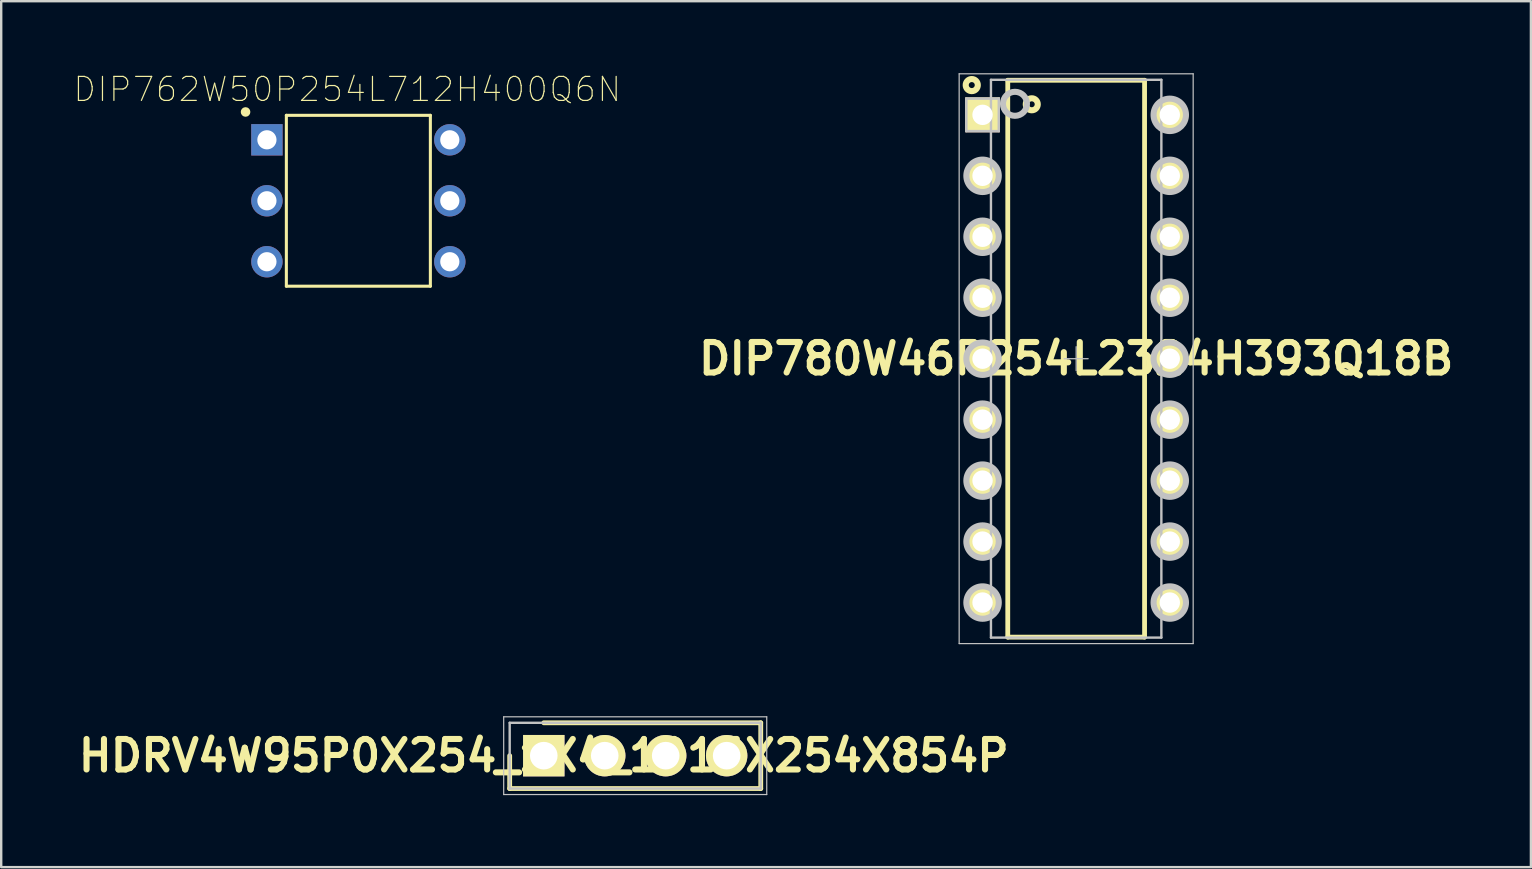
<source format=kicad_pcb>
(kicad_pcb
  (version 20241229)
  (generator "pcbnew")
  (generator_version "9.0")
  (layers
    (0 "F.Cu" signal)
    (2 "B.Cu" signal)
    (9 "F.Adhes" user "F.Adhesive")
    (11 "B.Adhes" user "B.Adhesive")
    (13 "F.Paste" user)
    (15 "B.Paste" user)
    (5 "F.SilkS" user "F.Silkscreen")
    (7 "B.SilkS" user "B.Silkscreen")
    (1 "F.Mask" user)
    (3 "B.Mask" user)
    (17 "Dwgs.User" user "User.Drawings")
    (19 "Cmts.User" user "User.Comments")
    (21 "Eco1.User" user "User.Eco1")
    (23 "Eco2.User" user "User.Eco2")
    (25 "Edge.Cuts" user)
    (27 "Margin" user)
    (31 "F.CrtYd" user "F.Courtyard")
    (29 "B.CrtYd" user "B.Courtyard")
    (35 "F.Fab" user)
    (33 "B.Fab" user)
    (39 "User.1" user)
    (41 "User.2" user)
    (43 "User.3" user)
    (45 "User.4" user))
  (footprint "HDRV4W95P0X254_1X4_1016X254X854P"
    (layer "F.Cu")
    (at 19.606 28.435)
    (property "Reference" "HDRV4W95P0X254_1X4_1016X254X854P" (at 0 0 0) (layer "F.SilkS") (effects (font (size 1.27 1.27) (thickness 0.254))))
    (attr through_hole)
    (fp_line (start -1.42 0) (end -1.42 1.37) (stroke (width 0.2) (type solid)) (layer "F.SilkS"))
    (fp_line (start -1.42 1.37) (end 9.04 1.37) (stroke (width 0.2) (type solid)) (layer "F.SilkS"))
    (fp_line (start 9.04 -1.37) (end 0 -1.37) (stroke (width 0.2) (type solid)) (layer "F.SilkS"))
    (fp_line (start 9.04 1.37) (end 9.04 -1.37) (stroke (width 0.2) (type solid)) (layer "F.SilkS"))
    (fp_line (start -1.67 -1.62) (end 9.29 -1.62) (stroke (width 0.05) (type solid)) (layer "Dwgs.User"))
    (fp_line (start -1.67 1.62) (end -1.67 -1.62) (stroke (width 0.05) (type solid)) (layer "Dwgs.User"))
    (fp_line (start -1.42 -1.37) (end 9.04 -1.37) (stroke (width 0.1) (type solid)) (layer "Dwgs.User"))
    (fp_line (start -1.42 1.37) (end -1.42 -1.37) (stroke (width 0.1) (type solid)) (layer "Dwgs.User"))
    (fp_line (start 9.04 -1.37) (end 9.04 1.37) (stroke (width 0.1) (type solid)) (layer "Dwgs.User"))
    (fp_line (start 9.04 1.37) (end -1.42 1.37) (stroke (width 0.1) (type solid)) (layer "Dwgs.User"))
    (fp_line (start 9.29 -1.62) (end 9.29 1.62) (stroke (width 0.05) (type solid)) (layer "Dwgs.User"))
    (fp_line (start 9.29 1.62) (end -1.67 1.62) (stroke (width 0.05) (type solid)) (layer "Dwgs.User"))
    (pad "1" thru_hole rect (at 0 0 90) (size 1.725 1.725) (drill 1.15) (layers "*.Cu" "*.Mask" "F.SilkS"))
    (pad "2" thru_hole circle (at 2.54 0 90) (size 1.725 1.725) (drill 1.15) (layers "*.Cu" "*.Mask" "F.SilkS"))
    (pad "3" thru_hole circle (at 5.08 0 90) (size 1.725 1.725) (drill 1.15) (layers "*.Cu" "*.Mask" "F.SilkS"))
    (pad "4" thru_hole circle (at 7.62 0 90) (size 1.725 1.725) (drill 1.15) (layers "*.Cu" "*.Mask" "F.SilkS")))
  (footprint "DIP762W50P254L712H400Q6N"
    (layer "F.Cu")
    (at 11.881 5.315)
    (property "Reference" "DIP762W50P254L712H400Q6N" (at -0.461 -4.642 0) (layer "F.SilkS") (effects (font (size 1.001 1.001) (thickness 0.05))))
    (attr through_hole)
    (fp_line (start -3 -3.56) (end 3 -3.56) (stroke (width 0.127) (type solid)) (layer "F.SilkS"))
    (fp_line (start -3 3.56) (end -3 -3.56) (stroke (width 0.127) (type solid)) (layer "F.SilkS"))
    (fp_line (start 3 -3.56) (end 3 3.56) (stroke (width 0.127) (type solid)) (layer "F.SilkS"))
    (fp_line (start 3 3.56) (end -3 3.56) (stroke (width 0.127) (type solid)) (layer "F.SilkS"))
    (fp_circle (center -4.7 -3.7) (end -4.6 -3.7) (stroke (width 0.2) (type solid)) (fill no) (layer "F.SilkS"))
    (fp_line (start -5 -4) (end 5 -4) (stroke (width 0.05) (type solid)) (layer "Eco1.User"))
    (fp_line (start -5 4) (end -5 -4) (stroke (width 0.05) (type solid)) (layer "Eco1.User"))
    (fp_line (start 5 -4) (end 5 4) (stroke (width 0.05) (type solid)) (layer "Eco1.User"))
    (fp_line (start 5 4) (end -5 4) (stroke (width 0.05) (type solid)) (layer "Eco1.User"))
    (fp_line (start -3 -3.56) (end 3 -3.56) (stroke (width 0.127) (type solid)) (layer "Eco2.User"))
    (fp_line (start -3 3.56) (end -3 -3.56) (stroke (width 0.127) (type solid)) (layer "Eco2.User"))
    (fp_line (start 3 -3.56) (end 3 3.56) (stroke (width 0.127) (type solid)) (layer "Eco2.User"))
    (fp_line (start 3 3.56) (end -3 3.56) (stroke (width 0.127) (type solid)) (layer "Eco2.User"))
    (fp_circle (center -2.1 -2.5) (end -1.65 -2.5) (stroke (width 0.127) (type solid)) (fill no) (layer "Eco2.User"))
    (pad "1" thru_hole rect (at -3.81 -2.54) (size 1.308 1.308) (drill 0.8) (layers "*.Cu" "*.Mask"))
    (pad "2" thru_hole circle (at -3.81 0) (size 1.308 1.308) (drill 0.8) (layers "*.Cu" "*.Mask"))
    (pad "3" thru_hole circle (at -3.81 2.54) (size 1.308 1.308) (drill 0.8) (layers "*.Cu" "*.Mask"))
    (pad "4" thru_hole circle (at 3.81 2.54) (size 1.308 1.308) (drill 0.8) (layers "*.Cu" "*.Mask"))
    (pad "5" thru_hole circle (at 3.81 0) (size 1.308 1.308) (drill 0.8) (layers "*.Cu" "*.Mask"))
    (pad "6" thru_hole circle (at 3.81 -2.54) (size 1.308 1.308) (drill 0.8) (layers "*.Cu" "*.Mask")))
  (footprint "DIP780W46P254L2324H393Q18B"
    (layer "F.Cu")
    (at 41.788 11.895)
    (property "Reference" "DIP780W46P254L2324H393Q18B" (at 0 0 0) (layer "F.SilkS") (effects (font (size 1.27 1.27) (thickness 0.254))))
    (attr through_hole)
    (fp_line (start -2.85 -11.6) (end -2.85 11.6) (stroke (width 0.2) (type solid)) (layer "F.SilkS"))
    (fp_line (start -2.85 11.6) (end 2.85 11.6) (stroke (width 0.2) (type solid)) (layer "F.SilkS"))
    (fp_line (start 2.85 -11.6) (end -2.85 -11.6) (stroke (width 0.2) (type solid)) (layer "F.SilkS"))
    (fp_line (start 2.85 11.6) (end 2.85 -11.6) (stroke (width 0.2) (type solid)) (layer "F.SilkS"))
    (fp_circle (center -4.35 -11.4) (end -4.475 -11.4) (stroke (width 0.254) (type solid)) (fill no) (layer "F.SilkS"))
    (fp_circle (center -1.85 -10.6) (end -2.1 -10.6) (stroke (width 0.254) (type solid)) (fill no) (layer "F.SilkS"))
    (fp_line (start -4.875 -11.87) (end -4.875 11.87) (stroke (width 0.05) (type solid)) (layer "Dwgs.User"))
    (fp_line (start -4.875 11.87) (end 4.875 11.87) (stroke (width 0.05) (type solid)) (layer "Dwgs.User"))
    (fp_line (start -4.575 -10.835) (end -3.225 -10.835) (stroke (width 0.1) (type solid)) (layer "Dwgs.User"))
    (fp_line (start -4.575 -9.485) (end -4.575 -10.835) (stroke (width 0.1) (type solid)) (layer "Dwgs.User"))
    (fp_line (start -3.55 -11.62) (end -3.55 11.62) (stroke (width 0.001) (type solid)) (layer "Dwgs.User"))
    (fp_line (start -3.55 -11.62) (end -3.55 11.62) (stroke (width 0.1) (type solid)) (layer "Dwgs.User"))
    (fp_line (start -3.55 11.62) (end 3.55 11.62) (stroke (width 0.001) (type solid)) (layer "Dwgs.User"))
    (fp_line (start -3.55 11.62) (end 3.55 11.62) (stroke (width 0.1) (type solid)) (layer "Dwgs.User"))
    (fp_line (start -3.225 -10.835) (end -3.225 -9.485) (stroke (width 0.1) (type solid)) (layer "Dwgs.User"))
    (fp_line (start -3.225 -9.485) (end -4.575 -9.485) (stroke (width 0.1) (type solid)) (layer "Dwgs.User"))
    (fp_line (start -0.5 0) (end 0.5 0) (stroke (width 0.05) (type solid)) (layer "Dwgs.User"))
    (fp_line (start 0 0.5) (end 0 -0.5) (stroke (width 0.05) (type solid)) (layer "Dwgs.User"))
    (fp_line (start 3.55 -11.62) (end -3.55 -11.62) (stroke (width 0.001) (type solid)) (layer "Dwgs.User"))
    (fp_line (start 3.55 -11.62) (end -3.55 -11.62) (stroke (width 0.1) (type solid)) (layer "Dwgs.User"))
    (fp_line (start 3.55 11.62) (end 3.55 -11.62) (stroke (width 0.001) (type solid)) (layer "Dwgs.User"))
    (fp_line (start 3.55 11.62) (end 3.55 -11.62) (stroke (width 0.1) (type solid)) (layer "Dwgs.User"))
    (fp_line (start 4.875 -11.87) (end -4.875 -11.87) (stroke (width 0.05) (type solid)) (layer "Dwgs.User"))
    (fp_line (start 4.875 11.87) (end 4.875 -11.87) (stroke (width 0.05) (type solid)) (layer "Dwgs.User"))
    (fp_circle (center -3.9 -7.62) (end -4.575 -7.62) (stroke (width 0.254) (type solid)) (fill no) (layer "Dwgs.User"))
    (fp_circle (center -3.9 -5.08) (end -4.575 -5.08) (stroke (width 0.254) (type solid)) (fill no) (layer "Dwgs.User"))
    (fp_circle (center -3.9 -2.54) (end -4.575 -2.54) (stroke (width 0.254) (type solid)) (fill no) (layer "Dwgs.User"))
    (fp_circle (center -3.9 0) (end -4.575 0) (stroke (width 0.254) (type solid)) (fill no) (layer "Dwgs.User"))
    (fp_circle (center -3.9 2.54) (end -4.575 2.54) (stroke (width 0.254) (type solid)) (fill no) (layer "Dwgs.User"))
    (fp_circle (center -3.9 5.08) (end -4.575 5.08) (stroke (width 0.254) (type solid)) (fill no) (layer "Dwgs.User"))
    (fp_circle (center -3.9 7.62) (end -4.575 7.62) (stroke (width 0.254) (type solid)) (fill no) (layer "Dwgs.User"))
    (fp_circle (center -3.9 10.16) (end -4.575 10.16) (stroke (width 0.254) (type solid)) (fill no) (layer "Dwgs.User"))
    (fp_circle (center -2.55 -10.62) (end -3.05 -10.62) (stroke (width 0.254) (type solid)) (fill no) (layer "Dwgs.User"))
    (fp_circle (center 3.9 -10.16) (end 3.225 -10.16) (stroke (width 0.254) (type solid)) (fill no) (layer "Dwgs.User"))
    (fp_circle (center 3.9 -7.62) (end 3.225 -7.62) (stroke (width 0.254) (type solid)) (fill no) (layer "Dwgs.User"))
    (fp_circle (center 3.9 -5.08) (end 3.225 -5.08) (stroke (width 0.254) (type solid)) (fill no) (layer "Dwgs.User"))
    (fp_circle (center 3.9 -2.54) (end 3.225 -2.54) (stroke (width 0.254) (type solid)) (fill no) (layer "Dwgs.User"))
    (fp_circle (center 3.9 0) (end 3.225 0) (stroke (width 0.254) (type solid)) (fill no) (layer "Dwgs.User"))
    (fp_circle (center 3.9 2.54) (end 3.225 2.54) (stroke (width 0.254) (type solid)) (fill no) (layer "Dwgs.User"))
    (fp_circle (center 3.9 5.08) (end 3.225 5.08) (stroke (width 0.254) (type solid)) (fill no) (layer "Dwgs.User"))
    (fp_circle (center 3.9 7.62) (end 3.225 7.62) (stroke (width 0.254) (type solid)) (fill no) (layer "Dwgs.User"))
    (fp_circle (center 3.9 10.16) (end 3.225 10.16) (stroke (width 0.254) (type solid)) (fill no) (layer "Dwgs.User"))
    (pad "1" thru_hole rect (at -3.9 -10.16 90) (size 1.45 1.45) (drill 0.85) (layers "*.Cu" "*.Mask" "F.SilkS"))
    (pad "2" thru_hole circle (at -3.9 -7.62 90) (size 1.45 1.45) (drill 0.85) (layers "*.Cu" "*.Mask" "F.SilkS"))
    (pad "3" thru_hole circle (at -3.9 -5.08 90) (size 1.45 1.45) (drill 0.85) (layers "*.Cu" "*.Mask" "F.SilkS"))
    (pad "4" thru_hole circle (at -3.9 -2.54 90) (size 1.45 1.45) (drill 0.85) (layers "*.Cu" "*.Mask" "F.SilkS"))
    (pad "5" thru_hole circle (at -3.9 0 90) (size 1.45 1.45) (drill 0.85) (layers "*.Cu" "*.Mask" "F.SilkS"))
    (pad "6" thru_hole circle (at -3.9 2.54 90) (size 1.45 1.45) (drill 0.85) (layers "*.Cu" "*.Mask" "F.SilkS"))
    (pad "7" thru_hole circle (at -3.9 5.08 90) (size 1.45 1.45) (drill 0.85) (layers "*.Cu" "*.Mask" "F.SilkS"))
    (pad "8" thru_hole circle (at -3.9 7.62 90) (size 1.45 1.45) (drill 0.85) (layers "*.Cu" "*.Mask" "F.SilkS"))
    (pad "9" thru_hole circle (at -3.9 10.16 90) (size 1.45 1.45) (drill 0.85) (layers "*.Cu" "*.Mask" "F.SilkS"))
    (pad "10" thru_hole circle (at 3.9 10.16 90) (size 1.45 1.45) (drill 0.85) (layers "*.Cu" "*.Mask" "F.SilkS"))
    (pad "11" thru_hole circle (at 3.9 7.62 90) (size 1.45 1.45) (drill 0.85) (layers "*.Cu" "*.Mask" "F.SilkS"))
    (pad "12" thru_hole circle (at 3.9 5.08 90) (size 1.45 1.45) (drill 0.85) (layers "*.Cu" "*.Mask" "F.SilkS"))
    (pad "13" thru_hole circle (at 3.9 2.54 90) (size 1.45 1.45) (drill 0.85) (layers "*.Cu" "*.Mask" "F.SilkS"))
    (pad "14" thru_hole circle (at 3.9 0 90) (size 1.45 1.45) (drill 0.85) (layers "*.Cu" "*.Mask" "F.SilkS"))
    (pad "15" thru_hole circle (at 3.9 -2.54 90) (size 1.45 1.45) (drill 0.85) (layers "*.Cu" "*.Mask" "F.SilkS"))
    (pad "16" thru_hole circle (at 3.9 -5.08 90) (size 1.45 1.45) (drill 0.85) (layers "*.Cu" "*.Mask" "F.SilkS"))
    (pad "17" thru_hole circle (at 3.9 -7.62 90) (size 1.45 1.45) (drill 0.85) (layers "*.Cu" "*.Mask" "F.SilkS"))
    (pad "18" thru_hole circle (at 3.9 -10.16 90) (size 1.45 1.45) (drill 0.85) (layers "*.Cu" "*.Mask" "F.SilkS")))
  (gr_rect
    (start -3 -3)
    (end 60.735 33.08)
    (stroke (width 0.1) (type default))
    (fill no)
    (layer "Edge.Cuts")))
</source>
